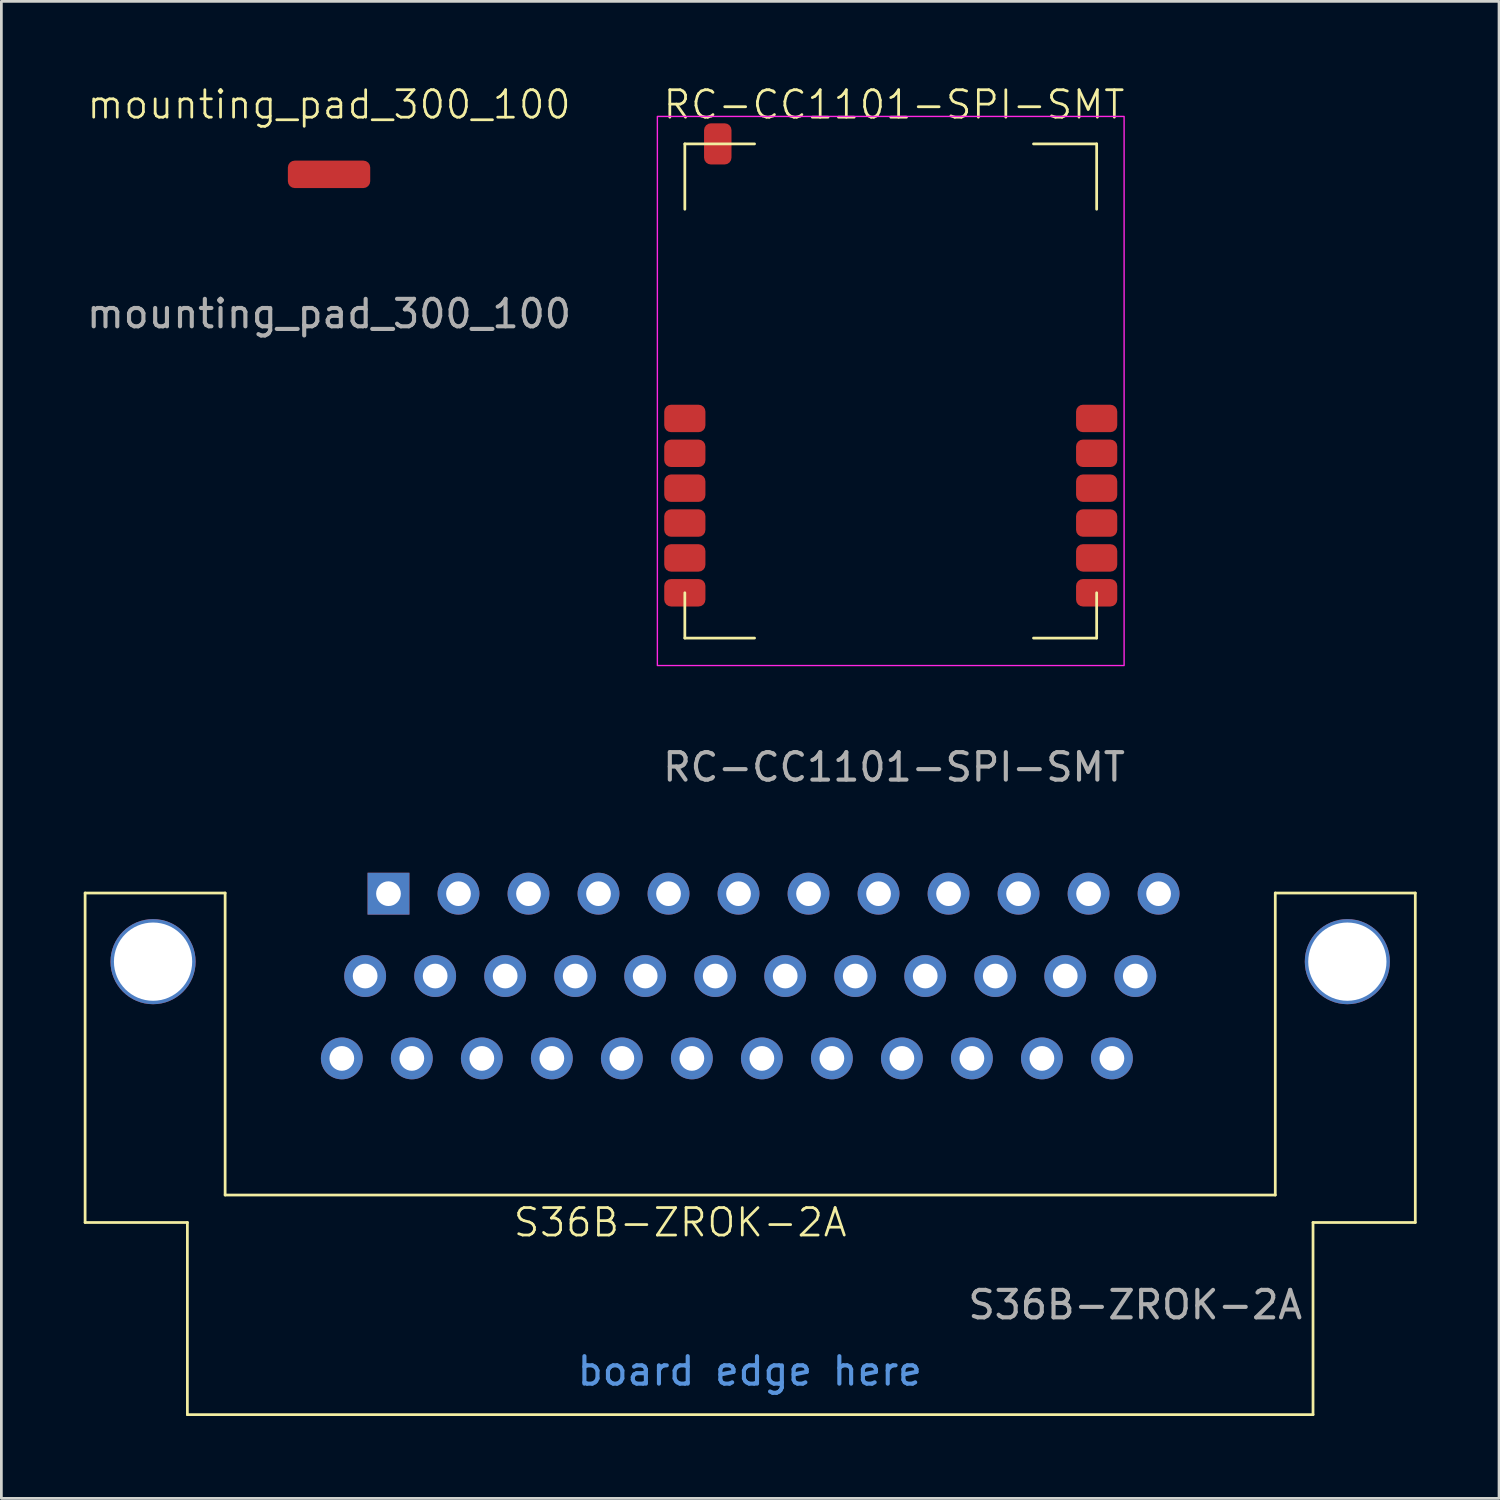
<source format=kicad_pcb>
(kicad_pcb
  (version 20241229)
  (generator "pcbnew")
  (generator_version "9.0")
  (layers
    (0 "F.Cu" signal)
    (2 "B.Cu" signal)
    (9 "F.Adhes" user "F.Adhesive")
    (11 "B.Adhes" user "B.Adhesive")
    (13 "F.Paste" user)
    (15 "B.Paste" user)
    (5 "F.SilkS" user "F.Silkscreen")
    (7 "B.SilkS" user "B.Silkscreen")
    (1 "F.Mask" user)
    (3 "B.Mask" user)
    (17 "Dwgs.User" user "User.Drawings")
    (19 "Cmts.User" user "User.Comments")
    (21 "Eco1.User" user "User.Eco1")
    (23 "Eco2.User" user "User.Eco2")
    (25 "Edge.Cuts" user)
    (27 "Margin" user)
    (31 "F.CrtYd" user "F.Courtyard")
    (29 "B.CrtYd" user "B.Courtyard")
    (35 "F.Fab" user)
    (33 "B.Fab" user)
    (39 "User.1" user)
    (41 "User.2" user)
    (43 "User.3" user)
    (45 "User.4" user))
  (footprint "mounting_pad_300_100"
    (layer "F.Cu")
    (at 8.935 3.3)
    (property "Reference" "mounting_pad_300_100" (at 0 -2.54 0) (unlocked yes) (layer "F.SilkS") (effects (font (size 1 1) (thickness 0.1))))
    (attr smd)
    (fp_text user "${REFERENCE}" (at 0 5.08 0) (unlocked yes) (layer "F.Fab") (effects (font (size 1 1) (thickness 0.15))))
    (pad "1" smd roundrect (at 0 0) (size 3 1) (layers "F.Cu" "F.Mask" "F.Paste") (roundrect_rratio 0.25)))
  (footprint "S36B-ZROK-2A"
    (layer "F.Cu")
    (at 24.275 32.477)
    (property "Reference" "S36B-ZROK-2A" (at -2.55 9 0) (unlocked yes) (layer "F.SilkS") (effects (font (size 1 1) (thickness 0.1))))
    (attr through_hole)
    (fp_line (start -24.225 -3) (end -24.225 9) (stroke (width 0.1) (type default)) (layer "F.SilkS"))
    (fp_line (start -24.225 9) (end -20.5 9) (stroke (width 0.1) (type default)) (layer "F.SilkS"))
    (fp_line (start -20.5 9) (end -20.5 16) (stroke (width 0.1) (type default)) (layer "F.SilkS"))
    (fp_line (start -20.5 16) (end 20.5 16) (stroke (width 0.1) (type default)) (layer "F.SilkS"))
    (fp_line (start -19.125 -3) (end -24.225 -3) (stroke (width 0.1) (type default)) (layer "F.SilkS"))
    (fp_line (start -19.125 8) (end -19.125 -3) (stroke (width 0.1) (type default)) (layer "F.SilkS"))
    (fp_line (start 19.125 -3) (end 19.125 8) (stroke (width 0.1) (type default)) (layer "F.SilkS"))
    (fp_line (start 19.125 8) (end -19.125 8) (stroke (width 0.1) (type default)) (layer "F.SilkS"))
    (fp_line (start 20.5 9) (end 20.5 16) (stroke (width 0.1) (type default)) (layer "F.SilkS"))
    (fp_line (start 20.5 9) (end 24.225 9) (stroke (width 0.1) (type default)) (layer "F.SilkS"))
    (fp_line (start 24.225 -3) (end 19.125 -3) (stroke (width 0.1) (type default)) (layer "F.SilkS"))
    (fp_line (start 24.225 9) (end 24.225 -3) (stroke (width 0.1) (type default)) (layer "F.SilkS"))
    (fp_text user "board edge here" (at -6.375 15 0) (unlocked yes) (layer "Cmts.User") (effects (font (size 1 1) (thickness 0.15)) (justify left bottom)))
    (fp_text user "${REFERENCE}" (at 14.025 12 0) (unlocked yes) (layer "F.Fab") (effects (font (size 1 1) (thickness 0.15))))
    (pad "" np_thru_hole circle (at -21.75 -0.5) (size 3.1 3.1) (drill 2.85) (layers "*.Cu" "*.Mask"))
    (pad "" np_thru_hole circle (at 21.75 -0.5) (size 3.1 3.1) (drill 2.85) (layers "*.Cu" "*.Mask"))
    (pad "1" thru_hole rect (at -13.175 -2.976) (size 1.524 1.524) (drill 0.9) (layers "*.Cu" "*.Mask"))
    (pad "2" thru_hole circle (at -10.625 -2.976) (size 1.524 1.524) (drill 0.9) (layers "*.Cu" "*.Mask"))
    (pad "3" thru_hole circle (at -8.075 -2.976) (size 1.524 1.524) (drill 0.9) (layers "*.Cu" "*.Mask"))
    (pad "4" thru_hole circle (at -5.525 -2.976) (size 1.524 1.524) (drill 0.9) (layers "*.Cu" "*.Mask"))
    (pad "5" thru_hole circle (at -2.975 -2.976) (size 1.524 1.524) (drill 0.9) (layers "*.Cu" "*.Mask"))
    (pad "6" thru_hole circle (at -0.425 -2.976) (size 1.524 1.524) (drill 0.9) (layers "*.Cu" "*.Mask"))
    (pad "7" thru_hole circle (at 2.125 -2.976) (size 1.524 1.524) (drill 0.9) (layers "*.Cu" "*.Mask"))
    (pad "8" thru_hole circle (at 4.675 -2.976) (size 1.524 1.524) (drill 0.9) (layers "*.Cu" "*.Mask"))
    (pad "9" thru_hole circle (at 7.225 -2.976) (size 1.524 1.524) (drill 0.9) (layers "*.Cu" "*.Mask"))
    (pad "10" thru_hole circle (at 9.775 -2.976) (size 1.524 1.524) (drill 0.9) (layers "*.Cu" "*.Mask"))
    (pad "11" thru_hole circle (at 12.325 -2.976) (size 1.524 1.524) (drill 0.9) (layers "*.Cu" "*.Mask"))
    (pad "12" thru_hole circle (at 14.875 -2.976) (size 1.524 1.524) (drill 0.9) (layers "*.Cu" "*.Mask"))
    (pad "13" thru_hole circle (at -14.025 0.024) (size 1.524 1.524) (drill 0.9) (layers "*.Cu" "*.Mask"))
    (pad "14" thru_hole circle (at -11.475 0.024) (size 1.524 1.524) (drill 0.9) (layers "*.Cu" "*.Mask"))
    (pad "15" thru_hole circle (at -8.925 0.024) (size 1.524 1.524) (drill 0.9) (layers "*.Cu" "*.Mask"))
    (pad "16" thru_hole circle (at -6.375 0.024) (size 1.524 1.524) (drill 0.9) (layers "*.Cu" "*.Mask"))
    (pad "17" thru_hole circle (at -3.825 0.024) (size 1.524 1.524) (drill 0.9) (layers "*.Cu" "*.Mask"))
    (pad "18" thru_hole circle (at -1.275 0.024) (size 1.524 1.524) (drill 0.9) (layers "*.Cu" "*.Mask"))
    (pad "19" thru_hole circle (at 1.275 0.024) (size 1.524 1.524) (drill 0.9) (layers "*.Cu" "*.Mask"))
    (pad "20" thru_hole circle (at 3.825 0.024) (size 1.524 1.524) (drill 0.9) (layers "*.Cu" "*.Mask"))
    (pad "21" thru_hole circle (at 6.375 0.024) (size 1.524 1.524) (drill 0.9) (layers "*.Cu" "*.Mask"))
    (pad "22" thru_hole circle (at 8.925 0.024) (size 1.524 1.524) (drill 0.9) (layers "*.Cu" "*.Mask"))
    (pad "23" thru_hole circle (at 11.475 0.024) (size 1.524 1.524) (drill 0.9) (layers "*.Cu" "*.Mask"))
    (pad "24" thru_hole circle (at 14.025 0.024) (size 1.524 1.524) (drill 0.9) (layers "*.Cu" "*.Mask"))
    (pad "25" thru_hole circle (at -14.875 3.024) (size 1.524 1.524) (drill 0.9) (layers "*.Cu" "*.Mask"))
    (pad "26" thru_hole circle (at -12.325 3.024) (size 1.524 1.524) (drill 0.9) (layers "*.Cu" "*.Mask"))
    (pad "27" thru_hole circle (at -9.775 3.024) (size 1.524 1.524) (drill 0.9) (layers "*.Cu" "*.Mask"))
    (pad "28" thru_hole circle (at -7.225 3.024) (size 1.524 1.524) (drill 0.9) (layers "*.Cu" "*.Mask"))
    (pad "29" thru_hole circle (at -4.675 3.024) (size 1.524 1.524) (drill 0.9) (layers "*.Cu" "*.Mask"))
    (pad "30" thru_hole circle (at -2.125 3.024) (size 1.524 1.524) (drill 0.9) (layers "*.Cu" "*.Mask"))
    (pad "31" thru_hole circle (at 0.425 3.024) (size 1.524 1.524) (drill 0.9) (layers "*.Cu" "*.Mask"))
    (pad "32" thru_hole circle (at 2.975 3.024) (size 1.524 1.524) (drill 0.9) (layers "*.Cu" "*.Mask"))
    (pad "33" thru_hole circle (at 5.525 3.024) (size 1.524 1.524) (drill 0.9) (layers "*.Cu" "*.Mask"))
    (pad "34" thru_hole circle (at 8.075 3.024) (size 1.524 1.524) (drill 0.9) (layers "*.Cu" "*.Mask"))
    (pad "35" thru_hole circle (at 10.625 3.024) (size 1.524 1.524) (drill 0.9) (layers "*.Cu" "*.Mask"))
    (pad "36" thru_hole circle (at 13.175 3.024) (size 1.524 1.524) (drill 0.9) (layers "*.Cu" "*.Mask")))
  (footprint "RC-CC1101-SPI-SMT"
    (layer "F.Cu")
    (at 21.894 12.191)
    (property "Reference" "RC-CC1101-SPI-SMT" (at 7.62 -11.43 0) (unlocked yes) (layer "F.SilkS") (effects (font (size 1 1) (thickness 0.1))))
    (attr smd)
    (fp_line (start 0 -10) (end 0 -7.62) (stroke (width 0.1) (type default)) (layer "F.SilkS"))
    (fp_line (start 0 6.35) (end 0 8) (stroke (width 0.1) (type default)) (layer "F.SilkS"))
    (fp_line (start 0 8) (end 2.54 8) (stroke (width 0.1) (type default)) (layer "F.SilkS"))
    (fp_line (start 2.54 -10) (end 0 -10) (stroke (width 0.1) (type default)) (layer "F.SilkS"))
    (fp_line (start 12.7 8) (end 15 8) (stroke (width 0.1) (type default)) (layer "F.SilkS"))
    (fp_line (start 15 -10) (end 12.7 -10) (stroke (width 0.1) (type default)) (layer "F.SilkS"))
    (fp_line (start 15 -7.62) (end 15 -10) (stroke (width 0.1) (type default)) (layer "F.SilkS"))
    (fp_line (start 15 8) (end 15 6.35) (stroke (width 0.1) (type default)) (layer "F.SilkS"))
    (fp_rect (start -1 -11) (end 16 9) (stroke (width 0.05) (type default)) (fill no) (layer "F.CrtYd"))
    (fp_text user "${REFERENCE}" (at 7.62 12.7 0) (unlocked yes) (layer "F.Fab") (effects (font (size 1 1) (thickness 0.15))))
    (pad "1" smd roundrect (at 0 0) (size 1.5 1) (layers "F.Cu" "F.Mask" "F.Paste") (roundrect_rratio 0.25))
    (pad "2" smd roundrect (at 0 1.27) (size 1.5 1) (layers "F.Cu" "F.Mask" "F.Paste") (roundrect_rratio 0.25))
    (pad "3" smd roundrect (at 0 2.54) (size 1.5 1) (layers "F.Cu" "F.Mask" "F.Paste") (roundrect_rratio 0.25))
    (pad "4" smd roundrect (at 0 3.81) (size 1.5 1) (layers "F.Cu" "F.Mask" "F.Paste") (roundrect_rratio 0.25))
    (pad "5" smd roundrect (at 0 5.08) (size 1.5 1) (layers "F.Cu" "F.Mask" "F.Paste") (roundrect_rratio 0.25))
    (pad "6" smd roundrect (at 0 6.35) (size 1.5 1) (layers "F.Cu" "F.Mask" "F.Paste") (roundrect_rratio 0.25))
    (pad "7" smd roundrect (at 15 6.35) (size 1.5 1) (layers "F.Cu" "F.Mask" "F.Paste") (roundrect_rratio 0.25))
    (pad "8" smd roundrect (at 15 5.08) (size 1.5 1) (layers "F.Cu" "F.Mask" "F.Paste") (roundrect_rratio 0.25))
    (pad "9" smd roundrect (at 15 3.81) (size 1.5 1) (layers "F.Cu" "F.Mask" "F.Paste") (roundrect_rratio 0.25))
    (pad "10" smd roundrect (at 15 2.54) (size 1.5 1) (layers "F.Cu" "F.Mask" "F.Paste") (roundrect_rratio 0.25))
    (pad "11" smd roundrect (at 15 1.27) (size 1.5 1) (layers "F.Cu" "F.Mask" "F.Paste") (roundrect_rratio 0.25))
    (pad "12" smd roundrect (at 15 0) (size 1.5 1) (layers "F.Cu" "F.Mask" "F.Paste") (roundrect_rratio 0.25))
    (pad "13" smd roundrect (at 1.2 -10 90) (size 1.5 1) (layers "F.Cu" "F.Mask" "F.Paste") (roundrect_rratio 0.25)))
  (gr_rect
    (start -3 -3)
    (end 51.55 51.527)
    (stroke (width 0.1) (type default))
    (fill no)
    (layer "Edge.Cuts")))
</source>
